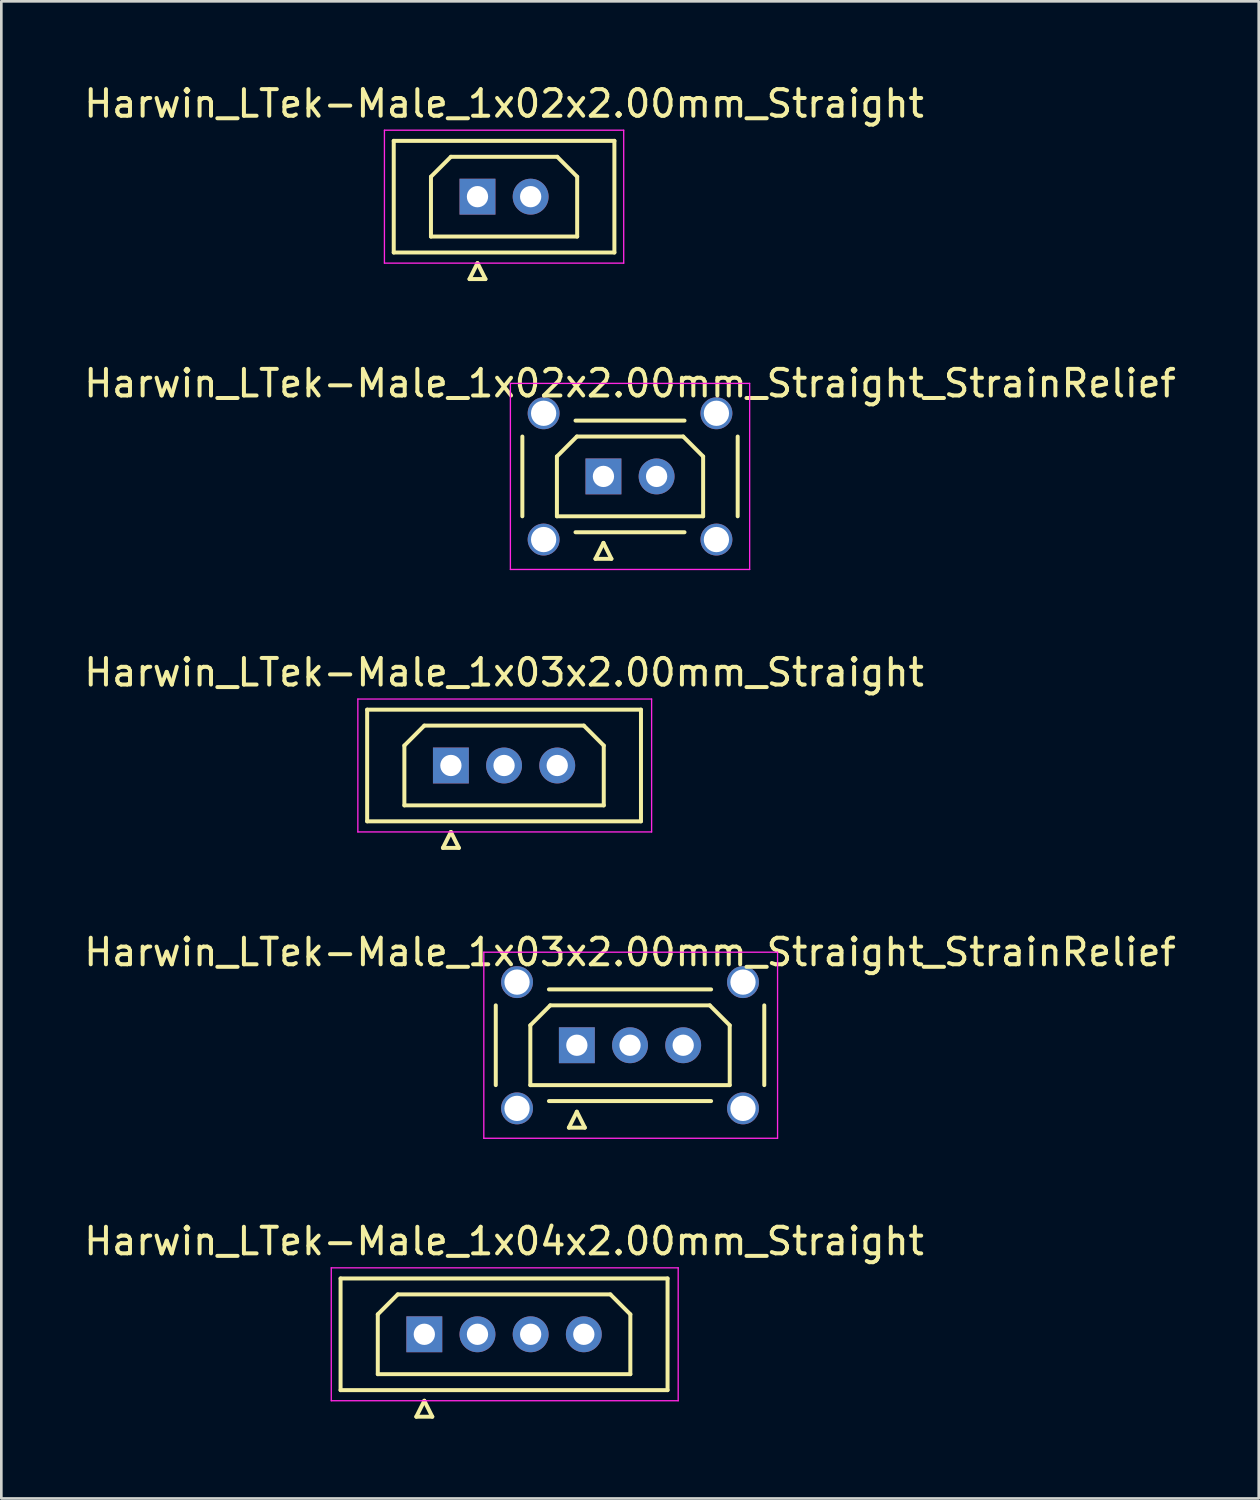
<source format=kicad_pcb>
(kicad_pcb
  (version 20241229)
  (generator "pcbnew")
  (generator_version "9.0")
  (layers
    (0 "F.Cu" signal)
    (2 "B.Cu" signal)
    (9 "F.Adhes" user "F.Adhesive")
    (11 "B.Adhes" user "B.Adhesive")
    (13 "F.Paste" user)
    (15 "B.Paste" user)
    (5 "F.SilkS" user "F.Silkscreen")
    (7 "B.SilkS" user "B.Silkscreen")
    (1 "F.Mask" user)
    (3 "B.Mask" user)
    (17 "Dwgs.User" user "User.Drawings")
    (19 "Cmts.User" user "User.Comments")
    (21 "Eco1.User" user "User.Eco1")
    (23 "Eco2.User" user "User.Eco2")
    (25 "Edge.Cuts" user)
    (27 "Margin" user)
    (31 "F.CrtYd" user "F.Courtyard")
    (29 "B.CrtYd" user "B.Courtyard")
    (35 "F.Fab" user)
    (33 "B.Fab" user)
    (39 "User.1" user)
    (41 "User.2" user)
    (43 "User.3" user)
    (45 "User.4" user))
  (footprint "Harwin_LTek-Male_1x03x2.00mm_Straight"
    (layer "F.Cu")
    (at 13.911 25.745)
    (property "Reference" "Harwin_LTek-Male_1x03x2.00mm_Straight" (at 2 -3.5 0) (layer "F.SilkS") (effects (font (size 1 1) (thickness 0.15))))
    (attr through_hole)
    (fp_line (start -3.15 -2.1) (end -3.15 2.1) (stroke (width 0.15) (type solid)) (layer "F.SilkS"))
    (fp_line (start -3.15 2.1) (end 7.15 2.1) (stroke (width 0.15) (type solid)) (layer "F.SilkS"))
    (fp_line (start -1.75 -0.75) (end -1 -1.5) (stroke (width 0.15) (type solid)) (layer "F.SilkS"))
    (fp_line (start -1.75 1.5) (end -1.75 -0.75) (stroke (width 0.15) (type solid)) (layer "F.SilkS"))
    (fp_line (start -1 -1.5) (end 5 -1.5) (stroke (width 0.15) (type solid)) (layer "F.SilkS"))
    (fp_line (start -0.3 3.1) (end 0.3 3.1) (stroke (width 0.15) (type solid)) (layer "F.SilkS"))
    (fp_line (start 0 2.5) (end -0.3 3.1) (stroke (width 0.15) (type solid)) (layer "F.SilkS"))
    (fp_line (start 0.3 3.1) (end 0 2.5) (stroke (width 0.15) (type solid)) (layer "F.SilkS"))
    (fp_line (start 5 -1.5) (end 5.75 -0.75) (stroke (width 0.15) (type solid)) (layer "F.SilkS"))
    (fp_line (start 5.75 -0.75) (end 5.75 1.5) (stroke (width 0.15) (type solid)) (layer "F.SilkS"))
    (fp_line (start 5.75 1.5) (end -1.75 1.5) (stroke (width 0.15) (type solid)) (layer "F.SilkS"))
    (fp_line (start 7.15 -2.1) (end -3.15 -2.1) (stroke (width 0.15) (type solid)) (layer "F.SilkS"))
    (fp_line (start 7.15 2.1) (end 7.15 -2.1) (stroke (width 0.15) (type solid)) (layer "F.SilkS"))
    (fp_line (start -3.5 -2.5) (end -3.5 2.5) (stroke (width 0.05) (type solid)) (layer "F.CrtYd"))
    (fp_line (start -3.5 2.5) (end 7.55 2.5) (stroke (width 0.05) (type solid)) (layer "F.CrtYd"))
    (fp_line (start 7.55 -2.5) (end -3.5 -2.5) (stroke (width 0.05) (type solid)) (layer "F.CrtYd"))
    (fp_line (start 7.55 2.5) (end 7.55 -2.5) (stroke (width 0.05) (type solid)) (layer "F.CrtYd"))
    (pad "1" thru_hole rect (at 0 0) (size 1.35 1.35) (drill 0.8) (layers "*.Cu" "*.Mask"))
    (pad "2" thru_hole circle (at 2 0) (size 1.35 1.35) (drill 0.8) (layers "*.Cu" "*.Mask"))
    (pad "3" thru_hole circle (at 4 0) (size 1.35 1.35) (drill 0.8) (layers "*.Cu" "*.Mask")))
  (footprint "Harwin_LTek-Male_1x04x2.00mm_Straight"
    (layer "F.Cu")
    (at 12.911 47.141)
    (property "Reference" "Harwin_LTek-Male_1x04x2.00mm_Straight" (at 3 -3.5 0) (layer "F.SilkS") (effects (font (size 1 1) (thickness 0.15))))
    (attr through_hole)
    (fp_line (start -3.15 -2.1) (end -3.15 2.1) (stroke (width 0.15) (type solid)) (layer "F.SilkS"))
    (fp_line (start -3.15 2.1) (end 9.15 2.1) (stroke (width 0.15) (type solid)) (layer "F.SilkS"))
    (fp_line (start -1.75 -0.75) (end -1 -1.5) (stroke (width 0.15) (type solid)) (layer "F.SilkS"))
    (fp_line (start -1.75 1.5) (end -1.75 -0.75) (stroke (width 0.15) (type solid)) (layer "F.SilkS"))
    (fp_line (start -1 -1.5) (end 7 -1.5) (stroke (width 0.15) (type solid)) (layer "F.SilkS"))
    (fp_line (start -0.3 3.1) (end 0.3 3.1) (stroke (width 0.15) (type solid)) (layer "F.SilkS"))
    (fp_line (start 0 2.5) (end -0.3 3.1) (stroke (width 0.15) (type solid)) (layer "F.SilkS"))
    (fp_line (start 0.3 3.1) (end 0 2.5) (stroke (width 0.15) (type solid)) (layer "F.SilkS"))
    (fp_line (start 7 -1.5) (end 7.75 -0.75) (stroke (width 0.15) (type solid)) (layer "F.SilkS"))
    (fp_line (start 7.75 -0.75) (end 7.75 1.5) (stroke (width 0.15) (type solid)) (layer "F.SilkS"))
    (fp_line (start 7.75 1.5) (end -1.75 1.5) (stroke (width 0.15) (type solid)) (layer "F.SilkS"))
    (fp_line (start 9.15 -2.1) (end -3.15 -2.1) (stroke (width 0.15) (type solid)) (layer "F.SilkS"))
    (fp_line (start 9.15 2.1) (end 9.15 -2.1) (stroke (width 0.15) (type solid)) (layer "F.SilkS"))
    (fp_line (start -3.5 -2.5) (end -3.5 2.5) (stroke (width 0.05) (type solid)) (layer "F.CrtYd"))
    (fp_line (start -3.5 2.5) (end 9.55 2.5) (stroke (width 0.05) (type solid)) (layer "F.CrtYd"))
    (fp_line (start 9.55 -2.5) (end -3.5 -2.5) (stroke (width 0.05) (type solid)) (layer "F.CrtYd"))
    (fp_line (start 9.55 2.5) (end 9.55 -2.5) (stroke (width 0.05) (type solid)) (layer "F.CrtYd"))
    (pad "1" thru_hole rect (at 0 0) (size 1.35 1.35) (drill 0.8) (layers "*.Cu" "*.Mask"))
    (pad "2" thru_hole circle (at 2 0) (size 1.35 1.35) (drill 0.8) (layers "*.Cu" "*.Mask"))
    (pad "3" thru_hole circle (at 4 0) (size 1.35 1.35) (drill 0.8) (layers "*.Cu" "*.Mask"))
    (pad "4" thru_hole circle (at 6 0) (size 1.35 1.35) (drill 0.8) (layers "*.Cu" "*.Mask")))
  (footprint "Harwin_LTek-Male_1x02x2.00mm_Straight_StrainRelief"
    (layer "F.Cu")
    (at 19.649 14.871)
    (property "Reference" "Harwin_LTek-Male_1x02x2.00mm_Straight_StrainRelief" (at 1 -3.5 0) (layer "F.SilkS") (effects (font (size 1 1) (thickness 0.15))))
    (attr through_hole)
    (fp_line (start -3.05 -1.5) (end -3.05 1.5) (stroke (width 0.15) (type solid)) (layer "F.SilkS"))
    (fp_line (start -1.75 -0.75) (end -1 -1.5) (stroke (width 0.15) (type solid)) (layer "F.SilkS"))
    (fp_line (start -1.75 1.5) (end -1.75 -0.75) (stroke (width 0.15) (type solid)) (layer "F.SilkS"))
    (fp_line (start -1.05 -2.1) (end 3.05 -2.1) (stroke (width 0.15) (type solid)) (layer "F.SilkS"))
    (fp_line (start -1.05 2.1) (end 3.05 2.1) (stroke (width 0.15) (type solid)) (layer "F.SilkS"))
    (fp_line (start -1 -1.5) (end 3 -1.5) (stroke (width 0.15) (type solid)) (layer "F.SilkS"))
    (fp_line (start -0.3 3.1) (end 0.3 3.1) (stroke (width 0.15) (type solid)) (layer "F.SilkS"))
    (fp_line (start 0 2.5) (end -0.3 3.1) (stroke (width 0.15) (type solid)) (layer "F.SilkS"))
    (fp_line (start 0.3 3.1) (end 0 2.5) (stroke (width 0.15) (type solid)) (layer "F.SilkS"))
    (fp_line (start 3 -1.5) (end 3.75 -0.75) (stroke (width 0.15) (type solid)) (layer "F.SilkS"))
    (fp_line (start 3.75 -0.75) (end 3.75 1.5) (stroke (width 0.15) (type solid)) (layer "F.SilkS"))
    (fp_line (start 3.75 1.5) (end -1.75 1.5) (stroke (width 0.15) (type solid)) (layer "F.SilkS"))
    (fp_line (start 5.05 -1.5) (end 5.05 1.5) (stroke (width 0.15) (type solid)) (layer "F.SilkS"))
    (fp_line (start -3.5 -3.5) (end -3.5 3.5) (stroke (width 0.05) (type solid)) (layer "F.CrtYd"))
    (fp_line (start -3.5 3.5) (end 5.5 3.5) (stroke (width 0.05) (type solid)) (layer "F.CrtYd"))
    (fp_line (start 5.5 -3.5) (end -3.5 -3.5) (stroke (width 0.05) (type solid)) (layer "F.CrtYd"))
    (fp_line (start 5.5 3.5) (end 5.5 -3.5) (stroke (width 0.05) (type solid)) (layer "F.CrtYd"))
    (pad "" thru_hole circle (at -2.25 -2.375) (size 1.2 1.2) (drill 0.95) (layers "*.Cu" "*.Mask"))
    (pad "" thru_hole circle (at -2.25 2.375) (size 1.2 1.2) (drill 0.95) (layers "*.Cu" "*.Mask"))
    (pad "" thru_hole circle (at 4.25 -2.375) (size 1.2 1.2) (drill 0.95) (layers "*.Cu" "*.Mask"))
    (pad "" thru_hole circle (at 4.25 2.375) (size 1.2 1.2) (drill 0.95) (layers "*.Cu" "*.Mask"))
    (pad "1" thru_hole rect (at 0 0) (size 1.35 1.35) (drill 0.8) (layers "*.Cu" "*.Mask"))
    (pad "2" thru_hole circle (at 2 0) (size 1.35 1.35) (drill 0.8) (layers "*.Cu" "*.Mask")))
  (footprint "Harwin_LTek-Male_1x03x2.00mm_Straight_StrainRelief"
    (layer "F.Cu")
    (at 18.649 36.268)
    (property "Reference" "Harwin_LTek-Male_1x03x2.00mm_Straight_StrainRelief" (at 2 -3.5 0) (layer "F.SilkS") (effects (font (size 1 1) (thickness 0.15))))
    (attr through_hole)
    (fp_line (start -3.05 -1.5) (end -3.05 1.5) (stroke (width 0.15) (type solid)) (layer "F.SilkS"))
    (fp_line (start -1.75 -0.75) (end -1 -1.5) (stroke (width 0.15) (type solid)) (layer "F.SilkS"))
    (fp_line (start -1.75 1.5) (end -1.75 -0.75) (stroke (width 0.15) (type solid)) (layer "F.SilkS"))
    (fp_line (start -1.05 -2.1) (end 5.05 -2.1) (stroke (width 0.15) (type solid)) (layer "F.SilkS"))
    (fp_line (start -1.05 2.1) (end 5.05 2.1) (stroke (width 0.15) (type solid)) (layer "F.SilkS"))
    (fp_line (start -1 -1.5) (end 5 -1.5) (stroke (width 0.15) (type solid)) (layer "F.SilkS"))
    (fp_line (start -0.3 3.1) (end 0.3 3.1) (stroke (width 0.15) (type solid)) (layer "F.SilkS"))
    (fp_line (start 0 2.5) (end -0.3 3.1) (stroke (width 0.15) (type solid)) (layer "F.SilkS"))
    (fp_line (start 0.3 3.1) (end 0 2.5) (stroke (width 0.15) (type solid)) (layer "F.SilkS"))
    (fp_line (start 5 -1.5) (end 5.75 -0.75) (stroke (width 0.15) (type solid)) (layer "F.SilkS"))
    (fp_line (start 5.75 -0.75) (end 5.75 1.5) (stroke (width 0.15) (type solid)) (layer "F.SilkS"))
    (fp_line (start 5.75 1.5) (end -1.75 1.5) (stroke (width 0.15) (type solid)) (layer "F.SilkS"))
    (fp_line (start 7.05 -1.5) (end 7.05 1.5) (stroke (width 0.15) (type solid)) (layer "F.SilkS"))
    (fp_line (start -3.5 -3.5) (end -3.5 3.5) (stroke (width 0.05) (type solid)) (layer "F.CrtYd"))
    (fp_line (start -3.5 3.5) (end 7.55 3.5) (stroke (width 0.05) (type solid)) (layer "F.CrtYd"))
    (fp_line (start 7.55 -3.5) (end -3.5 -3.5) (stroke (width 0.05) (type solid)) (layer "F.CrtYd"))
    (fp_line (start 7.55 3.5) (end 7.55 -3.5) (stroke (width 0.05) (type solid)) (layer "F.CrtYd"))
    (pad "" thru_hole circle (at -2.25 -2.375) (size 1.2 1.2) (drill 0.95) (layers "*.Cu" "*.Mask"))
    (pad "" thru_hole circle (at -2.25 2.375) (size 1.2 1.2) (drill 0.95) (layers "*.Cu" "*.Mask"))
    (pad "" thru_hole circle (at 6.25 -2.375) (size 1.2 1.2) (drill 0.95) (layers "*.Cu" "*.Mask"))
    (pad "" thru_hole circle (at 6.25 2.375) (size 1.2 1.2) (drill 0.95) (layers "*.Cu" "*.Mask"))
    (pad "1" thru_hole rect (at 0 0) (size 1.35 1.35) (drill 0.8) (layers "*.Cu" "*.Mask"))
    (pad "2" thru_hole circle (at 2 0) (size 1.35 1.35) (drill 0.8) (layers "*.Cu" "*.Mask"))
    (pad "3" thru_hole circle (at 4 0) (size 1.35 1.35) (drill 0.8) (layers "*.Cu" "*.Mask")))
  (footprint "Harwin_LTek-Male_1x02x2.00mm_Straight"
    (layer "F.Cu")
    (at 14.911 4.348)
    (property "Reference" "Harwin_LTek-Male_1x02x2.00mm_Straight" (at 1 -3.5 0) (layer "F.SilkS") (effects (font (size 1 1) (thickness 0.15))))
    (attr through_hole)
    (fp_line (start -3.15 -2.1) (end -3.15 2.1) (stroke (width 0.15) (type solid)) (layer "F.SilkS"))
    (fp_line (start -3.15 2.1) (end 5.15 2.1) (stroke (width 0.15) (type solid)) (layer "F.SilkS"))
    (fp_line (start -1.75 -0.75) (end -1 -1.5) (stroke (width 0.15) (type solid)) (layer "F.SilkS"))
    (fp_line (start -1.75 1.5) (end -1.75 -0.75) (stroke (width 0.15) (type solid)) (layer "F.SilkS"))
    (fp_line (start -1 -1.5) (end 3 -1.5) (stroke (width 0.15) (type solid)) (layer "F.SilkS"))
    (fp_line (start -0.3 3.1) (end 0.3 3.1) (stroke (width 0.15) (type solid)) (layer "F.SilkS"))
    (fp_line (start 0 2.5) (end -0.3 3.1) (stroke (width 0.15) (type solid)) (layer "F.SilkS"))
    (fp_line (start 0.3 3.1) (end 0 2.5) (stroke (width 0.15) (type solid)) (layer "F.SilkS"))
    (fp_line (start 3 -1.5) (end 3.75 -0.75) (stroke (width 0.15) (type solid)) (layer "F.SilkS"))
    (fp_line (start 3.75 -0.75) (end 3.75 1.5) (stroke (width 0.15) (type solid)) (layer "F.SilkS"))
    (fp_line (start 3.75 1.5) (end -1.75 1.5) (stroke (width 0.15) (type solid)) (layer "F.SilkS"))
    (fp_line (start 5.15 -2.1) (end -3.15 -2.1) (stroke (width 0.15) (type solid)) (layer "F.SilkS"))
    (fp_line (start 5.15 2.1) (end 5.15 -2.1) (stroke (width 0.15) (type solid)) (layer "F.SilkS"))
    (fp_line (start -3.5 -2.5) (end -3.5 2.5) (stroke (width 0.05) (type solid)) (layer "F.CrtYd"))
    (fp_line (start -3.5 2.5) (end 5.5 2.5) (stroke (width 0.05) (type solid)) (layer "F.CrtYd"))
    (fp_line (start 5.5 -2.5) (end -3.5 -2.5) (stroke (width 0.05) (type solid)) (layer "F.CrtYd"))
    (fp_line (start 5.5 2.5) (end 5.5 -2.5) (stroke (width 0.05) (type solid)) (layer "F.CrtYd"))
    (pad "1" thru_hole rect (at 0 0) (size 1.35 1.35) (drill 0.8) (layers "*.Cu" "*.Mask"))
    (pad "2" thru_hole circle (at 2 0) (size 1.35 1.35) (drill 0.8) (layers "*.Cu" "*.Mask")))
  (gr_rect
    (start -3 -3)
    (end 44.298 53.316)
    (stroke (width 0.1) (type default))
    (fill no)
    (layer "Edge.Cuts")))
</source>
